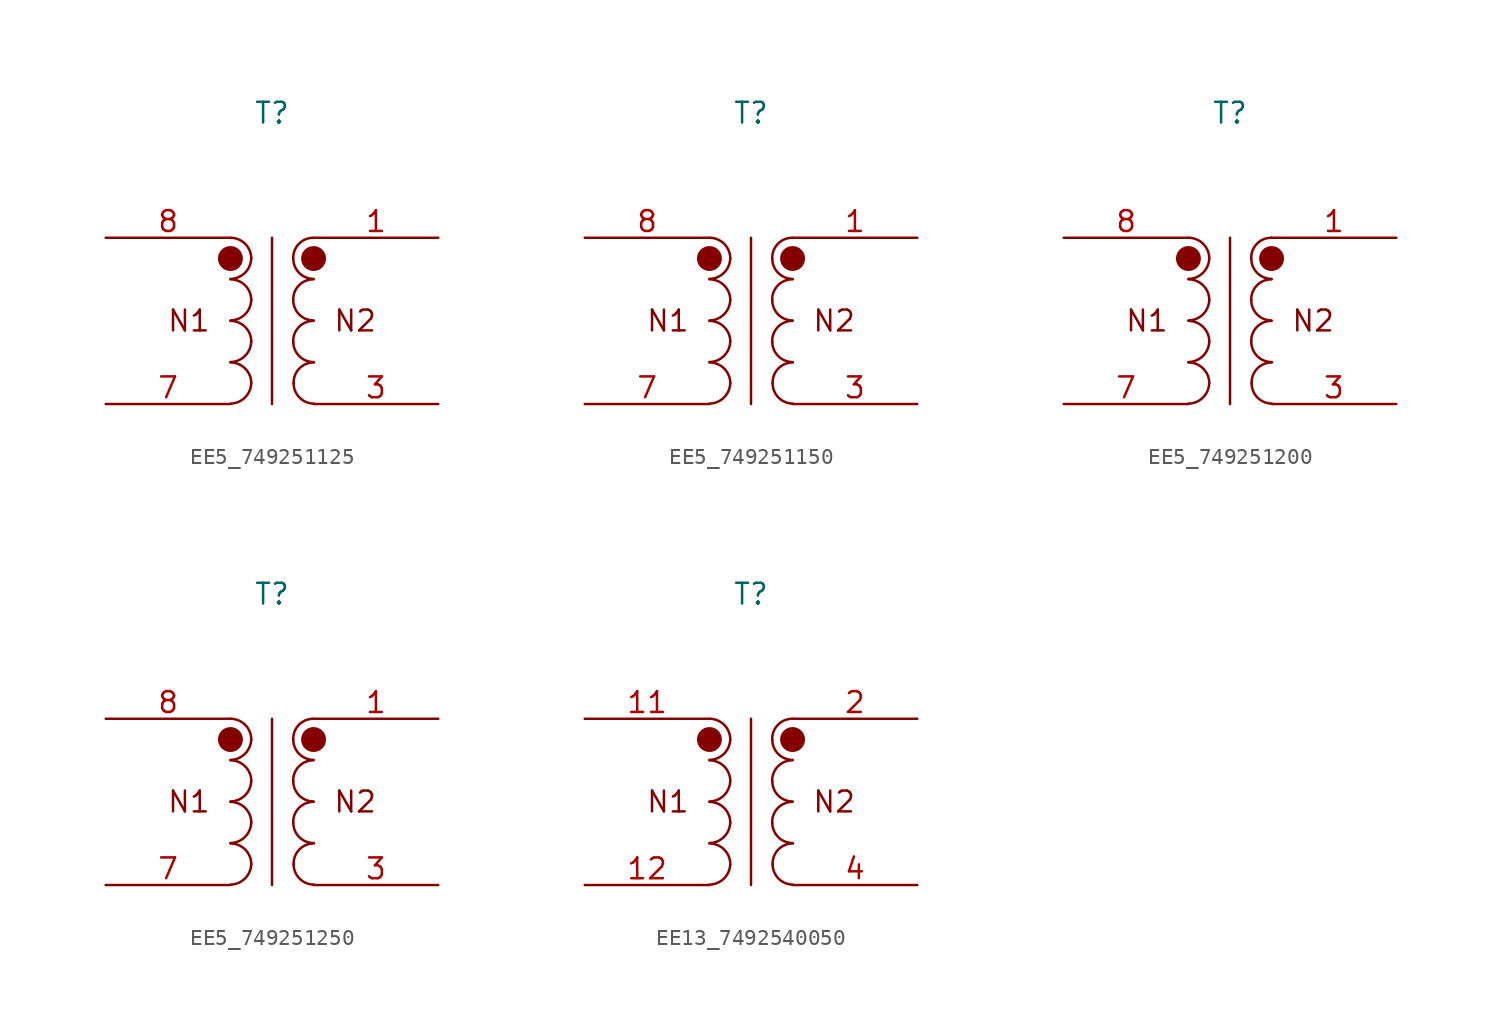
<source format=kicad_sym>
(kicad_symbol_lib
  (version 20220914)
  (generator kicad_symbol_editor)
  (symbol "EE5_749251125"
    (pin_names hide)
    (property "Reference" "T"
      (at 0 12.7 0)
      (effects (font (size 1.27 1.27))))
    (property "Critical Parameter" ""
      (at 0 -5.08 0)
      (effects (font (size 1.27 1.27))))
    (symbol "EE5_749251125_0_1"
      (arc (start -2.54 -5.0546) (mid -1.6599 -4.6901) (end -1.27 -3.81) (stroke (width 0) (type default)) (fill (type none)))
      (arc (start -2.54 -2.5146) (mid -1.6599 -2.1501) (end -1.27 -1.27) (stroke (width 0) (type default)) (fill (type none)))
      (arc (start -2.54 0.0254) (mid -1.6599 0.3899) (end -1.27 1.27) (stroke (width 0) (type default)) (fill (type none)))
      (arc (start -2.54 2.5654) (mid -1.6599 2.9299) (end -1.27 3.81) (stroke (width 0) (type default)) (fill (type none)))
      (arc (start -1.27 -3.81) (mid -1.642 -2.912) (end -2.54 -2.54) (stroke (width 0) (type default)) (fill (type none)))
      (arc (start -1.27 -1.27) (mid -1.642 -0.372) (end -2.54 0) (stroke (width 0) (type default)) (fill (type none)))
      (arc (start -1.27 1.27) (mid -1.642 2.168) (end -2.54 2.54) (stroke (width 0) (type default)) (fill (type none)))
      (arc (start -1.27 3.81) (mid -1.642 4.708) (end -2.54 5.08) (stroke (width 0) (type default)) (fill (type none)))
      (polyline (pts (xy 0 5.08) (xy 0 -5.08)) (stroke (width 0) (type default)) (fill (type none)))
      (arc (start 1.2954 -1.27) (mid 1.6599 -2.1501) (end 2.54 -2.5146) (stroke (width 0) (type default)) (fill (type none)))
      (arc (start 1.2954 1.27) (mid 1.6599 0.3899) (end 2.54 0.0254) (stroke (width 0) (type default)) (fill (type none)))
      (arc (start 1.2954 3.81) (mid 1.6599 2.9299) (end 2.54 2.5654) (stroke (width 0) (type default)) (fill (type none)))
      (arc (start 1.3208 -3.81) (mid 1.6853 -4.6901) (end 2.5654 -5.0546) (stroke (width 0) (type default)) (fill (type none)))
      (arc (start 2.54 0) (mid 1.642 -0.372) (end 1.2954 -1.27) (stroke (width 0) (type default)) (fill (type none)))
      (arc (start 2.54 2.54) (mid 1.642 2.168) (end 1.2954 1.27) (stroke (width 0) (type default)) (fill (type none)))
      (arc (start 2.54 5.08) (mid 1.642 4.708) (end 1.2954 3.81) (stroke (width 0) (type default)) (fill (type none)))
      (arc (start 2.5654 -2.54) (mid 1.6674 -2.912) (end 1.3208 -3.81) (stroke (width 0) (type default)) (fill (type none))))
    (symbol "EE5_749251125_1_1"
      (circle (center -2.54 3.81) (radius 0.0001) (stroke (width 0.762) (type default)) (fill (type none)))
      (circle (center 2.54 3.81) (radius 0.0001) (stroke (width 0.762) (type default)) (fill (type none)))
      (text "N1" (at -5.08 0 0) (effects (font (size 1.27 1.27))))
      (text "N2" (at 5.08 0 0) (effects (font (size 1.27 1.27))))
      (pin passive line (at -10.16 5.08 0) (length 7.62) (name "8" (effects (font (size 1.27 1.27)))) (number "8" (effects (font (size 1.27 1.27)))))
      (pin passive line (at -10.16 -5.08 0) (length 7.62) (name "7" (effects (font (size 1.27 1.27)))) (number "7" (effects (font (size 1.27 1.27)))))
      (pin passive line (at 10.16 -5.08 180) (length 7.62) (name "3" (effects (font (size 1.27 1.27)))) (number "3" (effects (font (size 1.27 1.27)))))
      (pin passive line (at 10.16 5.08 180) (length 7.62) (name "1" (effects (font (size 1.27 1.27)))) (number "1" (effects (font (size 1.27 1.27)))))))
  (symbol "EE5_749251150"
    (pin_names hide)
    (property "Reference" "T"
      (at 0 12.7 0)
      (effects (font (size 1.27 1.27))))
    (property "Critical Parameter" ""
      (at 0 -5.08 0)
      (effects (font (size 1.27 1.27))))
    (symbol "EE5_749251150_0_1"
      (arc (start -2.54 -5.0546) (mid -1.6599 -4.6901) (end -1.27 -3.81) (stroke (width 0) (type default)) (fill (type none)))
      (arc (start -2.54 -2.5146) (mid -1.6599 -2.1501) (end -1.27 -1.27) (stroke (width 0) (type default)) (fill (type none)))
      (arc (start -2.54 0.0254) (mid -1.6599 0.3899) (end -1.27 1.27) (stroke (width 0) (type default)) (fill (type none)))
      (arc (start -2.54 2.5654) (mid -1.6599 2.9299) (end -1.27 3.81) (stroke (width 0) (type default)) (fill (type none)))
      (arc (start -1.27 -3.81) (mid -1.642 -2.912) (end -2.54 -2.54) (stroke (width 0) (type default)) (fill (type none)))
      (arc (start -1.27 -1.27) (mid -1.642 -0.372) (end -2.54 0) (stroke (width 0) (type default)) (fill (type none)))
      (arc (start -1.27 1.27) (mid -1.642 2.168) (end -2.54 2.54) (stroke (width 0) (type default)) (fill (type none)))
      (arc (start -1.27 3.81) (mid -1.642 4.708) (end -2.54 5.08) (stroke (width 0) (type default)) (fill (type none)))
      (polyline (pts (xy 0 5.08) (xy 0 -5.08)) (stroke (width 0) (type default)) (fill (type none)))
      (arc (start 1.2954 -1.27) (mid 1.6599 -2.1501) (end 2.54 -2.5146) (stroke (width 0) (type default)) (fill (type none)))
      (arc (start 1.2954 1.27) (mid 1.6599 0.3899) (end 2.54 0.0254) (stroke (width 0) (type default)) (fill (type none)))
      (arc (start 1.2954 3.81) (mid 1.6599 2.9299) (end 2.54 2.5654) (stroke (width 0) (type default)) (fill (type none)))
      (arc (start 1.3208 -3.81) (mid 1.6853 -4.6901) (end 2.5654 -5.0546) (stroke (width 0) (type default)) (fill (type none)))
      (arc (start 2.54 0) (mid 1.642 -0.372) (end 1.2954 -1.27) (stroke (width 0) (type default)) (fill (type none)))
      (arc (start 2.54 2.54) (mid 1.642 2.168) (end 1.2954 1.27) (stroke (width 0) (type default)) (fill (type none)))
      (arc (start 2.54 5.08) (mid 1.642 4.708) (end 1.2954 3.81) (stroke (width 0) (type default)) (fill (type none)))
      (arc (start 2.5654 -2.54) (mid 1.6674 -2.912) (end 1.3208 -3.81) (stroke (width 0) (type default)) (fill (type none))))
    (symbol "EE5_749251150_1_1"
      (circle (center -2.54 3.81) (radius 0.0001) (stroke (width 0.762) (type default)) (fill (type none)))
      (circle (center 2.54 3.81) (radius 0.0001) (stroke (width 0.762) (type default)) (fill (type none)))
      (text "N1" (at -5.08 0 0) (effects (font (size 1.27 1.27))))
      (text "N2" (at 5.08 0 0) (effects (font (size 1.27 1.27))))
      (pin passive line (at -10.16 5.08 0) (length 7.62) (name "8" (effects (font (size 1.27 1.27)))) (number "8" (effects (font (size 1.27 1.27)))))
      (pin passive line (at -10.16 -5.08 0) (length 7.62) (name "7" (effects (font (size 1.27 1.27)))) (number "7" (effects (font (size 1.27 1.27)))))
      (pin passive line (at 10.16 -5.08 180) (length 7.62) (name "3" (effects (font (size 1.27 1.27)))) (number "3" (effects (font (size 1.27 1.27)))))
      (pin passive line (at 10.16 5.08 180) (length 7.62) (name "1" (effects (font (size 1.27 1.27)))) (number "1" (effects (font (size 1.27 1.27)))))))
  (symbol "EE5_749251200"
    (pin_names hide)
    (property "Reference" "T"
      (at 0 12.7 0)
      (effects (font (size 1.27 1.27))))
    (property "Critical Parameter" ""
      (at 0 -5.08 0)
      (effects (font (size 1.27 1.27))))
    (symbol "EE5_749251200_0_1"
      (arc (start -2.54 -5.0546) (mid -1.6599 -4.6901) (end -1.27 -3.81) (stroke (width 0) (type default)) (fill (type none)))
      (arc (start -2.54 -2.5146) (mid -1.6599 -2.1501) (end -1.27 -1.27) (stroke (width 0) (type default)) (fill (type none)))
      (arc (start -2.54 0.0254) (mid -1.6599 0.3899) (end -1.27 1.27) (stroke (width 0) (type default)) (fill (type none)))
      (arc (start -2.54 2.5654) (mid -1.6599 2.9299) (end -1.27 3.81) (stroke (width 0) (type default)) (fill (type none)))
      (arc (start -1.27 -3.81) (mid -1.642 -2.912) (end -2.54 -2.54) (stroke (width 0) (type default)) (fill (type none)))
      (arc (start -1.27 -1.27) (mid -1.642 -0.372) (end -2.54 0) (stroke (width 0) (type default)) (fill (type none)))
      (arc (start -1.27 1.27) (mid -1.642 2.168) (end -2.54 2.54) (stroke (width 0) (type default)) (fill (type none)))
      (arc (start -1.27 3.81) (mid -1.642 4.708) (end -2.54 5.08) (stroke (width 0) (type default)) (fill (type none)))
      (polyline (pts (xy 0 5.08) (xy 0 -5.08)) (stroke (width 0) (type default)) (fill (type none)))
      (arc (start 1.2954 -1.27) (mid 1.6599 -2.1501) (end 2.54 -2.5146) (stroke (width 0) (type default)) (fill (type none)))
      (arc (start 1.2954 1.27) (mid 1.6599 0.3899) (end 2.54 0.0254) (stroke (width 0) (type default)) (fill (type none)))
      (arc (start 1.2954 3.81) (mid 1.6599 2.9299) (end 2.54 2.5654) (stroke (width 0) (type default)) (fill (type none)))
      (arc (start 1.3208 -3.81) (mid 1.6853 -4.6901) (end 2.5654 -5.0546) (stroke (width 0) (type default)) (fill (type none)))
      (arc (start 2.54 0) (mid 1.642 -0.372) (end 1.2954 -1.27) (stroke (width 0) (type default)) (fill (type none)))
      (arc (start 2.54 2.54) (mid 1.642 2.168) (end 1.2954 1.27) (stroke (width 0) (type default)) (fill (type none)))
      (arc (start 2.54 5.08) (mid 1.642 4.708) (end 1.2954 3.81) (stroke (width 0) (type default)) (fill (type none)))
      (arc (start 2.5654 -2.54) (mid 1.6674 -2.912) (end 1.3208 -3.81) (stroke (width 0) (type default)) (fill (type none))))
    (symbol "EE5_749251200_1_1"
      (circle (center -2.54 3.81) (radius 0.0001) (stroke (width 0.762) (type default)) (fill (type none)))
      (circle (center 2.54 3.81) (radius 0.0001) (stroke (width 0.762) (type default)) (fill (type none)))
      (text "N1" (at -5.08 0 0) (effects (font (size 1.27 1.27))))
      (text "N2" (at 5.08 0 0) (effects (font (size 1.27 1.27))))
      (pin passive line (at -10.16 5.08 0) (length 7.62) (name "8" (effects (font (size 1.27 1.27)))) (number "8" (effects (font (size 1.27 1.27)))))
      (pin passive line (at -10.16 -5.08 0) (length 7.62) (name "7" (effects (font (size 1.27 1.27)))) (number "7" (effects (font (size 1.27 1.27)))))
      (pin passive line (at 10.16 -5.08 180) (length 7.62) (name "3" (effects (font (size 1.27 1.27)))) (number "3" (effects (font (size 1.27 1.27)))))
      (pin passive line (at 10.16 5.08 180) (length 7.62) (name "1" (effects (font (size 1.27 1.27)))) (number "1" (effects (font (size 1.27 1.27)))))))
  (symbol "EE5_749251250"
    (pin_names hide)
    (property "Reference" "T"
      (at 0 12.7 0)
      (effects (font (size 1.27 1.27))))
    (property "Critical Parameter" ""
      (at 0 -5.08 0)
      (effects (font (size 1.27 1.27))))
    (symbol "EE5_749251250_0_1"
      (arc (start -2.54 -5.0546) (mid -1.6599 -4.6901) (end -1.27 -3.81) (stroke (width 0) (type default)) (fill (type none)))
      (arc (start -2.54 -2.5146) (mid -1.6599 -2.1501) (end -1.27 -1.27) (stroke (width 0) (type default)) (fill (type none)))
      (arc (start -2.54 0.0254) (mid -1.6599 0.3899) (end -1.27 1.27) (stroke (width 0) (type default)) (fill (type none)))
      (arc (start -2.54 2.5654) (mid -1.6599 2.9299) (end -1.27 3.81) (stroke (width 0) (type default)) (fill (type none)))
      (arc (start -1.27 -3.81) (mid -1.642 -2.912) (end -2.54 -2.54) (stroke (width 0) (type default)) (fill (type none)))
      (arc (start -1.27 -1.27) (mid -1.642 -0.372) (end -2.54 0) (stroke (width 0) (type default)) (fill (type none)))
      (arc (start -1.27 1.27) (mid -1.642 2.168) (end -2.54 2.54) (stroke (width 0) (type default)) (fill (type none)))
      (arc (start -1.27 3.81) (mid -1.642 4.708) (end -2.54 5.08) (stroke (width 0) (type default)) (fill (type none)))
      (polyline (pts (xy 0 5.08) (xy 0 -5.08)) (stroke (width 0) (type default)) (fill (type none)))
      (arc (start 1.2954 -1.27) (mid 1.6599 -2.1501) (end 2.54 -2.5146) (stroke (width 0) (type default)) (fill (type none)))
      (arc (start 1.2954 1.27) (mid 1.6599 0.3899) (end 2.54 0.0254) (stroke (width 0) (type default)) (fill (type none)))
      (arc (start 1.2954 3.81) (mid 1.6599 2.9299) (end 2.54 2.5654) (stroke (width 0) (type default)) (fill (type none)))
      (arc (start 1.3208 -3.81) (mid 1.6853 -4.6901) (end 2.5654 -5.0546) (stroke (width 0) (type default)) (fill (type none)))
      (arc (start 2.54 0) (mid 1.642 -0.372) (end 1.2954 -1.27) (stroke (width 0) (type default)) (fill (type none)))
      (arc (start 2.54 2.54) (mid 1.642 2.168) (end 1.2954 1.27) (stroke (width 0) (type default)) (fill (type none)))
      (arc (start 2.54 5.08) (mid 1.642 4.708) (end 1.2954 3.81) (stroke (width 0) (type default)) (fill (type none)))
      (arc (start 2.5654 -2.54) (mid 1.6674 -2.912) (end 1.3208 -3.81) (stroke (width 0) (type default)) (fill (type none))))
    (symbol "EE5_749251250_1_1"
      (circle (center -2.54 3.81) (radius 0.0001) (stroke (width 0.762) (type default)) (fill (type none)))
      (circle (center 2.54 3.81) (radius 0.0001) (stroke (width 0.762) (type default)) (fill (type none)))
      (text "N1" (at -5.08 0 0) (effects (font (size 1.27 1.27))))
      (text "N2" (at 5.08 0 0) (effects (font (size 1.27 1.27))))
      (pin passive line (at -10.16 5.08 0) (length 7.62) (name "8" (effects (font (size 1.27 1.27)))) (number "8" (effects (font (size 1.27 1.27)))))
      (pin passive line (at -10.16 -5.08 0) (length 7.62) (name "7" (effects (font (size 1.27 1.27)))) (number "7" (effects (font (size 1.27 1.27)))))
      (pin passive line (at 10.16 -5.08 180) (length 7.62) (name "3" (effects (font (size 1.27 1.27)))) (number "3" (effects (font (size 1.27 1.27)))))
      (pin passive line (at 10.16 5.08 180) (length 7.62) (name "1" (effects (font (size 1.27 1.27)))) (number "1" (effects (font (size 1.27 1.27)))))))
  (symbol "EE13_7492540050"
    (pin_names hide)
    (property "Reference" "T"
      (at 0 12.7 0)
      (effects (font (size 1.27 1.27))))
    (property "Critical Parameter" ""
      (at 0 -5.08 0)
      (effects (font (size 1.27 1.27))))
    (symbol "EE13_7492540050_0_1"
      (arc (start -2.54 -5.0546) (mid -1.6599 -4.6901) (end -1.27 -3.81) (stroke (width 0) (type default)) (fill (type none)))
      (arc (start -2.54 -2.5146) (mid -1.6599 -2.1501) (end -1.27 -1.27) (stroke (width 0) (type default)) (fill (type none)))
      (arc (start -2.54 0.0254) (mid -1.6599 0.3899) (end -1.27 1.27) (stroke (width 0) (type default)) (fill (type none)))
      (arc (start -2.54 2.5654) (mid -1.6599 2.9299) (end -1.27 3.81) (stroke (width 0) (type default)) (fill (type none)))
      (arc (start -1.27 -3.81) (mid -1.642 -2.912) (end -2.54 -2.54) (stroke (width 0) (type default)) (fill (type none)))
      (arc (start -1.27 -1.27) (mid -1.642 -0.372) (end -2.54 0) (stroke (width 0) (type default)) (fill (type none)))
      (arc (start -1.27 1.27) (mid -1.642 2.168) (end -2.54 2.54) (stroke (width 0) (type default)) (fill (type none)))
      (arc (start -1.27 3.81) (mid -1.642 4.708) (end -2.54 5.08) (stroke (width 0) (type default)) (fill (type none)))
      (polyline (pts (xy 0 5.08) (xy 0 -5.08)) (stroke (width 0) (type default)) (fill (type none)))
      (arc (start 1.2954 -1.27) (mid 1.6599 -2.1501) (end 2.54 -2.5146) (stroke (width 0) (type default)) (fill (type none)))
      (arc (start 1.2954 1.27) (mid 1.6599 0.3899) (end 2.54 0.0254) (stroke (width 0) (type default)) (fill (type none)))
      (arc (start 1.2954 3.81) (mid 1.6599 2.9299) (end 2.54 2.5654) (stroke (width 0) (type default)) (fill (type none)))
      (arc (start 1.3208 -3.81) (mid 1.6853 -4.6901) (end 2.5654 -5.0546) (stroke (width 0) (type default)) (fill (type none)))
      (arc (start 2.54 0) (mid 1.642 -0.372) (end 1.2954 -1.27) (stroke (width 0) (type default)) (fill (type none)))
      (arc (start 2.54 2.54) (mid 1.642 2.168) (end 1.2954 1.27) (stroke (width 0) (type default)) (fill (type none)))
      (arc (start 2.54 5.08) (mid 1.642 4.708) (end 1.2954 3.81) (stroke (width 0) (type default)) (fill (type none)))
      (arc (start 2.5654 -2.54) (mid 1.6674 -2.912) (end 1.3208 -3.81) (stroke (width 0) (type default)) (fill (type none))))
    (symbol "EE13_7492540050_1_1"
      (circle (center -2.54 3.81) (radius 0.0001) (stroke (width 0.762) (type default)) (fill (type none)))
      (circle (center 2.54 3.81) (radius 0.0001) (stroke (width 0.762) (type default)) (fill (type none)))
      (text "N1" (at -5.08 0 0) (effects (font (size 1.27 1.27))))
      (text "N2" (at 5.08 0 0) (effects (font (size 1.27 1.27))))
      (pin passive line (at -10.16 5.08 0) (length 7.62) (name "11" (effects (font (size 1.27 1.27)))) (number "11" (effects (font (size 1.27 1.27)))))
      (pin passive line (at -10.16 -5.08 0) (length 7.62) (name "12" (effects (font (size 1.27 1.27)))) (number "12" (effects (font (size 1.27 1.27)))))
      (pin passive line (at 10.16 -5.08 180) (length 7.62) (name "4" (effects (font (size 1.27 1.27)))) (number "4" (effects (font (size 1.27 1.27)))))
      (pin passive line (at 10.16 5.08 180) (length 7.62) (name "2" (effects (font (size 1.27 1.27)))) (number "2" (effects (font (size 1.27 1.27))))))))
</source>
